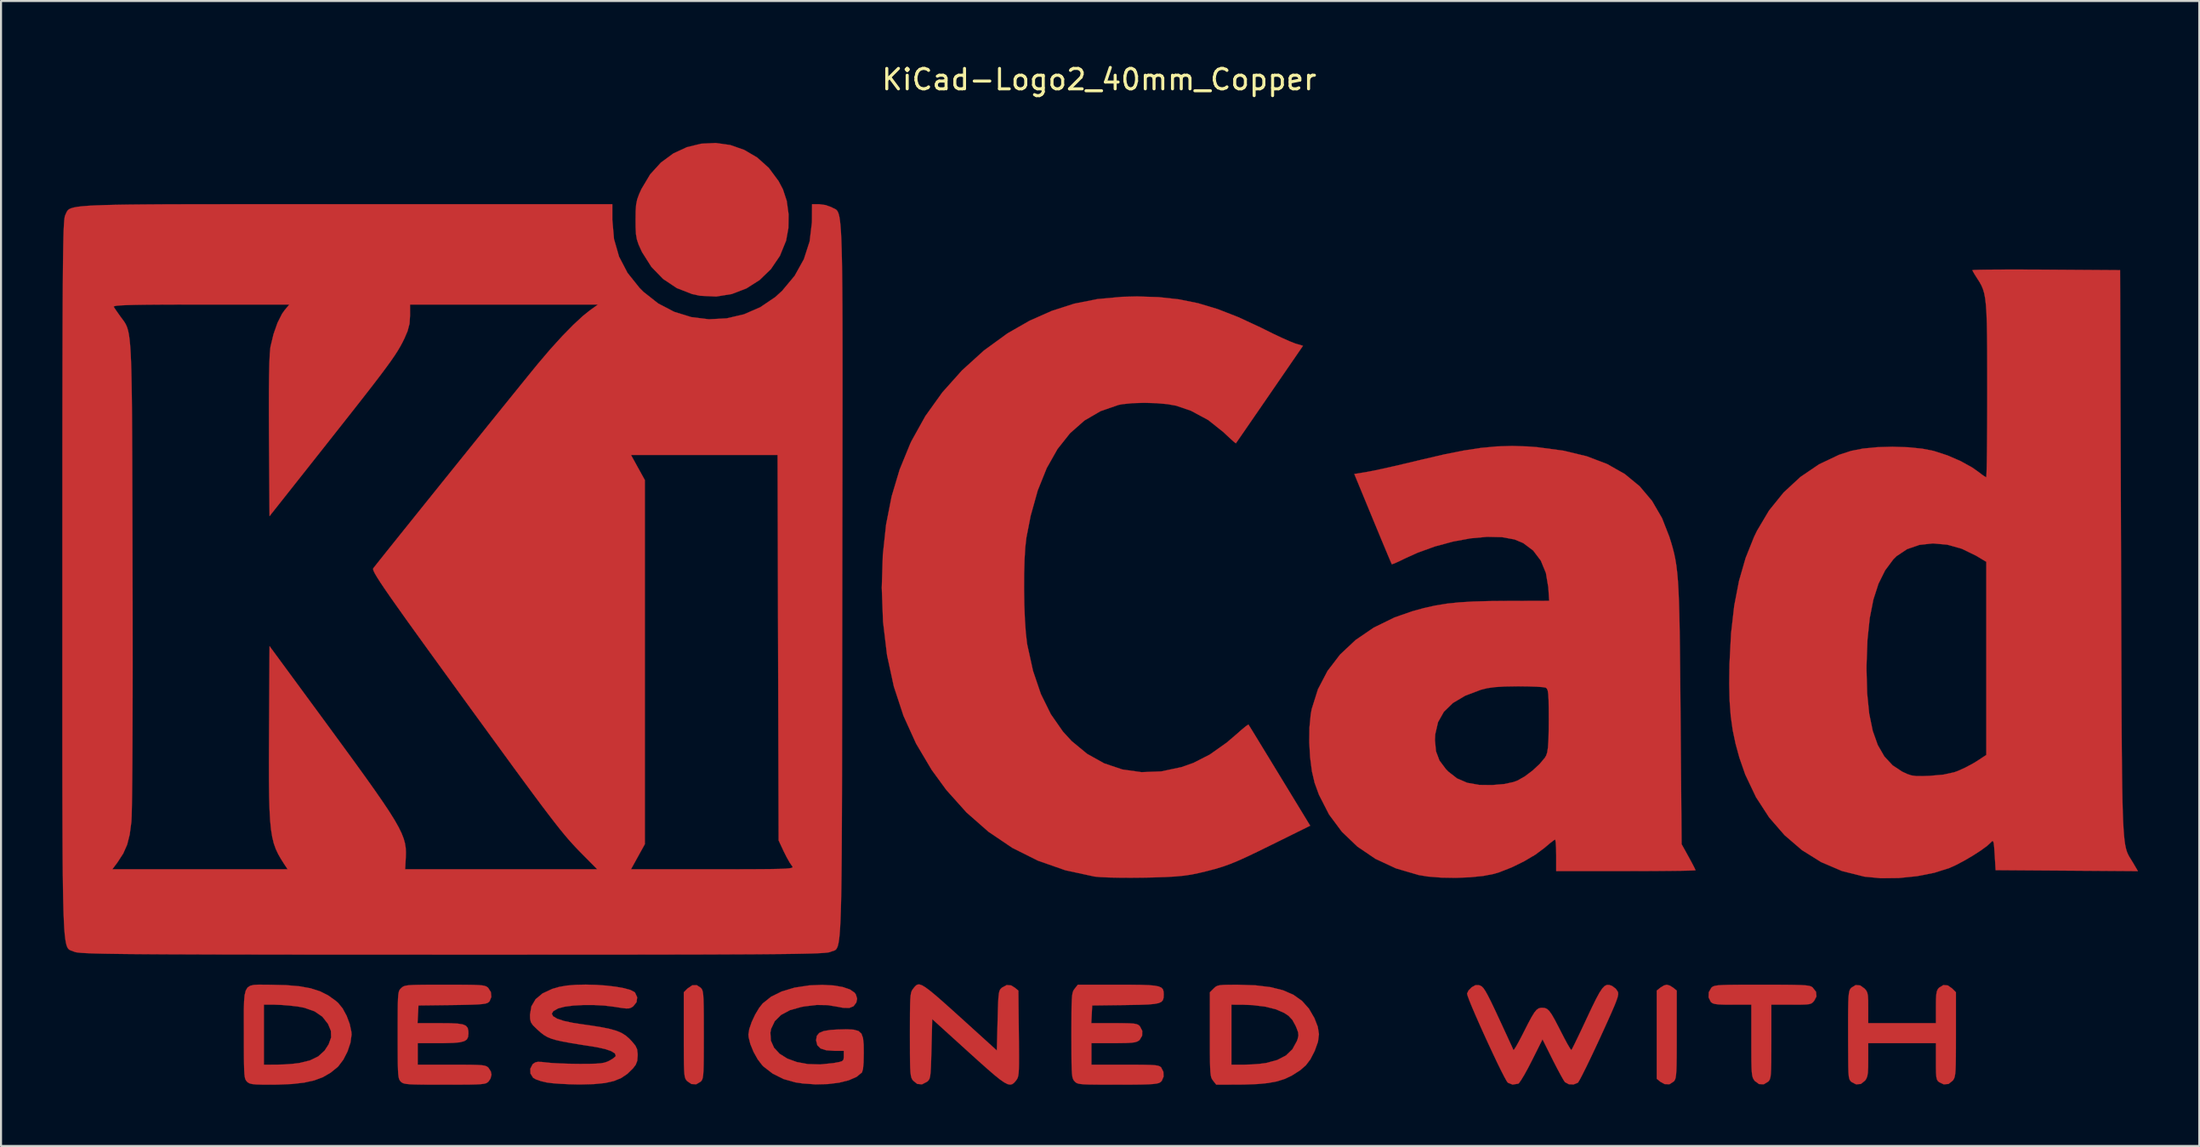
<source format=kicad_pcb>
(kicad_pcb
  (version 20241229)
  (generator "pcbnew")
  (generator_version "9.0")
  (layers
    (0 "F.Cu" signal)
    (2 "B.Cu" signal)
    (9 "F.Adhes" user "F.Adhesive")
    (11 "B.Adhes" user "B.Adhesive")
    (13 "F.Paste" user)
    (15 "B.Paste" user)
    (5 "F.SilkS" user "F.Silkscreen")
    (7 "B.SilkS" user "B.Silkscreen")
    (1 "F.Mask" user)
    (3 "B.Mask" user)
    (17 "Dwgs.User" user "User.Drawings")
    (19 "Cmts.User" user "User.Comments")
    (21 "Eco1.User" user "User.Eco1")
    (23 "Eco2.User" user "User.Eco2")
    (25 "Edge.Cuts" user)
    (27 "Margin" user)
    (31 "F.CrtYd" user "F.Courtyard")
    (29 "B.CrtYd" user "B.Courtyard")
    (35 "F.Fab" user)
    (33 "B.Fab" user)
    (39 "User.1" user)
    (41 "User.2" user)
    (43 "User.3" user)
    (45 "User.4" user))
  (footprint "KiCad-Logo2_40mm_Copper"
    (layer "F.Cu")
    (at 50.806 23.708)
    (property "Reference" "KiCad-Logo2_40mm_Copper" (at 0 -22.86 0) (layer "F.SilkS") (effects (font (size 1 1) (thickness 0.15))))
    (attr board_only exclude_from_pos_files exclude_from_bom allow_missing_courtyard)
    (fp_poly (pts (xy 27.966 21.545) (xy 28.124 21.644) (xy 28.302 21.788) (xy 28.302 23.935) (xy 28.301 24.563) (xy 28.299 25.057) (xy 28.293 25.436) (xy 28.284 25.717) (xy 28.269 25.917) (xy 28.249 26.054) (xy 28.221 26.146) (xy 28.184 26.209) (xy 28.158 26.24) (xy 27.948 26.377) (xy 27.709 26.371) (xy 27.5 26.255) (xy 27.322 26.11) (xy 27.322 21.788) (xy 27.5 21.644) (xy 27.672 21.539) (xy 27.812 21.5) (xy 27.966 21.545)) (stroke (width 0.01) (type solid)) (fill yes) (layer "F.Cu"))
    (fp_poly (pts (xy -19.521 21.65) (xy -19.477 21.701) (xy -19.443 21.766) (xy -19.417 21.863) (xy -19.398 22.01) (xy -19.385 22.225) (xy -19.377 22.523) (xy -19.372 22.924) (xy -19.371 23.444) (xy -19.37 23.949) (xy -19.371 24.576) (xy -19.373 25.069) (xy -19.378 25.447) (xy -19.387 25.726) (xy -19.401 25.924) (xy -19.421 26.059) (xy -19.449 26.148) (xy -19.486 26.209) (xy -19.521 26.248) (xy -19.741 26.379) (xy -19.976 26.368) (xy -20.186 26.224) (xy -20.235 26.168) (xy -20.272 26.103) (xy -20.301 26.012) (xy -20.321 25.875) (xy -20.335 25.675) (xy -20.344 25.395) (xy -20.348 25.016) (xy -20.35 24.521) (xy -20.35 23.96) (xy -20.35 21.87) (xy -20.165 21.685) (xy -19.937 21.529) (xy -19.716 21.523) (xy -19.521 21.65)) (stroke (width 0.01) (type solid)) (fill yes) (layer "F.Cu"))
    (fp_poly (pts (xy -18.076 -19.651) (xy -17.392 -19.413) (xy -16.756 -19.04) (xy -16.187 -18.531) (xy -15.708 -17.886) (xy -15.493 -17.48) (xy -15.306 -16.911) (xy -15.216 -16.254) (xy -15.226 -15.579) (xy -15.337 -14.968) (xy -15.641 -14.22) (xy -16.081 -13.572) (xy -16.635 -13.035) (xy -17.282 -12.624) (xy -17.998 -12.349) (xy -18.761 -12.225) (xy -19.549 -12.263) (xy -19.938 -12.345) (xy -20.695 -12.64) (xy -21.367 -13.089) (xy -21.938 -13.679) (xy -22.393 -14.397) (xy -22.431 -14.475) (xy -22.564 -14.769) (xy -22.647 -15.017) (xy -22.693 -15.278) (xy -22.711 -15.613) (xy -22.714 -15.977) (xy -22.709 -16.415) (xy -22.686 -16.732) (xy -22.634 -16.987) (xy -22.541 -17.243) (xy -22.426 -17.496) (xy -21.998 -18.213) (xy -21.47 -18.793) (xy -20.864 -19.237) (xy -20.201 -19.545) (xy -19.501 -19.716) (xy -18.786 -19.751) (xy -18.076 -19.651)) (stroke (width 0.01) (type solid)) (fill yes) (layer "F.Cu"))
    (fp_poly (pts (xy 33.136 21.5) (xy 33.662 21.503) (xy 34.07 21.508) (xy 34.376 21.517) (xy 34.599 21.53) (xy 34.753 21.549) (xy 34.856 21.574) (xy 34.924 21.607) (xy 34.957 21.631) (xy 35.128 21.849) (xy 35.149 22.074) (xy 35.043 22.279) (xy 34.974 22.361) (xy 34.9 22.417) (xy 34.792 22.452) (xy 34.622 22.47) (xy 34.363 22.478) (xy 33.986 22.479) (xy 33.911 22.479) (xy 32.937 22.479) (xy 32.937 24.288) (xy 32.936 24.858) (xy 32.934 25.297) (xy 32.927 25.624) (xy 32.915 25.857) (xy 32.896 26.017) (xy 32.869 26.123) (xy 32.833 26.194) (xy 32.786 26.248) (xy 32.566 26.38) (xy 32.337 26.37) (xy 32.129 26.219) (xy 32.113 26.2) (xy 32.064 26.129) (xy 32.026 26.046) (xy 31.998 25.931) (xy 31.979 25.764) (xy 31.967 25.524) (xy 31.96 25.192) (xy 31.958 24.747) (xy 31.957 24.24) (xy 31.957 22.479) (xy 31.027 22.479) (xy 30.628 22.477) (xy 30.351 22.466) (xy 30.17 22.444) (xy 30.056 22.407) (xy 29.981 22.351) (xy 29.972 22.342) (xy 29.862 22.12) (xy 29.872 21.869) (xy 29.998 21.65) (xy 30.046 21.608) (xy 30.109 21.574) (xy 30.202 21.548) (xy 30.343 21.529) (xy 30.548 21.516) (xy 30.834 21.507) (xy 31.217 21.502) (xy 31.714 21.5) (xy 32.343 21.5) (xy 32.477 21.5) (xy 33.136 21.5)) (stroke (width 0.01) (type solid)) (fill yes) (layer "F.Cu"))
    (fp_poly (pts (xy 41.587 21.536) (xy 41.797 21.685) (xy 41.982 21.87) (xy 41.982 23.936) (xy 41.981 24.549) (xy 41.979 25.03) (xy 41.973 25.397) (xy 41.964 25.668) (xy 41.948 25.861) (xy 41.926 25.995) (xy 41.896 26.088) (xy 41.856 26.158) (xy 41.825 26.2) (xy 41.62 26.364) (xy 41.385 26.382) (xy 41.169 26.281) (xy 41.098 26.222) (xy 41.051 26.143) (xy 41.022 26.016) (xy 41.007 25.812) (xy 41.002 25.503) (xy 41.002 25.264) (xy 41.002 24.364) (xy 37.685 24.364) (xy 37.685 25.183) (xy 37.682 25.557) (xy 37.668 25.814) (xy 37.639 25.988) (xy 37.589 26.112) (xy 37.529 26.2) (xy 37.323 26.364) (xy 37.09 26.383) (xy 36.866 26.267) (xy 36.805 26.206) (xy 36.762 26.125) (xy 36.734 25.999) (xy 36.717 25.803) (xy 36.708 25.511) (xy 36.704 25.099) (xy 36.704 25.004) (xy 36.7 24.227) (xy 36.699 23.587) (xy 36.699 23.069) (xy 36.703 22.66) (xy 36.709 22.345) (xy 36.72 22.11) (xy 36.736 21.942) (xy 36.758 21.825) (xy 36.785 21.746) (xy 36.819 21.692) (xy 36.856 21.65) (xy 37.069 21.518) (xy 37.291 21.536) (xy 37.5 21.685) (xy 37.585 21.78) (xy 37.639 21.886) (xy 37.669 22.037) (xy 37.683 22.267) (xy 37.685 22.613) (xy 37.685 22.627) (xy 37.685 23.384) (xy 41.002 23.384) (xy 41.002 22.592) (xy 41.005 22.228) (xy 41.019 21.982) (xy 41.048 21.822) (xy 41.097 21.716) (xy 41.153 21.65) (xy 41.365 21.518) (xy 41.587 21.536)) (stroke (width 0.01) (type solid)) (fill yes) (layer "F.Cu"))
    (fp_poly (pts (xy 6.799 21.501) (xy 7.66 21.53) (xy 8.392 21.618) (xy 9.008 21.771) (xy 9.519 21.994) (xy 9.938 22.291) (xy 10.277 22.669) (xy 10.547 23.133) (xy 10.552 23.144) (xy 10.713 23.559) (xy 10.771 23.926) (xy 10.724 24.296) (xy 10.573 24.718) (xy 10.545 24.782) (xy 10.35 25.158) (xy 10.131 25.448) (xy 9.848 25.695) (xy 9.462 25.94) (xy 9.44 25.953) (xy 9.104 26.114) (xy 8.724 26.235) (xy 8.276 26.319) (xy 7.735 26.37) (xy 7.078 26.393) (xy 6.845 26.395) (xy 5.739 26.399) (xy 5.583 26.2) (xy 5.537 26.135) (xy 5.5 26.059) (xy 5.473 25.953) (xy 5.454 25.8) (xy 5.441 25.581) (xy 5.436 25.419) (xy 6.482 25.419) (xy 7.109 25.419) (xy 7.476 25.408) (xy 7.852 25.38) (xy 8.161 25.34) (xy 8.18 25.337) (xy 8.729 25.189) (xy 9.154 24.968) (xy 9.47 24.663) (xy 9.69 24.263) (xy 9.728 24.157) (xy 9.766 23.992) (xy 9.75 23.829) (xy 9.671 23.612) (xy 9.623 23.505) (xy 9.467 23.222) (xy 9.28 23.023) (xy 9.073 22.885) (xy 8.659 22.704) (xy 8.13 22.574) (xy 7.513 22.499) (xy 7.066 22.482) (xy 6.482 22.479) (xy 6.482 25.419) (xy 5.436 25.419) (xy 5.433 25.278) (xy 5.428 24.873) (xy 5.427 24.347) (xy 5.427 23.936) (xy 5.427 21.87) (xy 5.612 21.685) (xy 5.694 21.61) (xy 5.783 21.558) (xy 5.907 21.526) (xy 6.094 21.509) (xy 6.374 21.502) (xy 6.775 21.501) (xy 6.799 21.501)) (stroke (width 0.01) (type solid)) (fill yes) (layer "F.Cu"))
    (fp_poly (pts (xy -40.87 21.5) (xy -40.606 21.502) (xy -39.834 21.521) (xy -39.187 21.576) (xy -38.643 21.674) (xy -38.181 21.821) (xy -37.779 22.022) (xy -37.413 22.284) (xy -37.283 22.397) (xy -37.067 22.663) (xy -36.871 23.024) (xy -36.721 23.424) (xy -36.639 23.807) (xy -36.63 23.949) (xy -36.684 24.342) (xy -36.827 24.771) (xy -37.035 25.177) (xy -37.281 25.501) (xy -37.321 25.54) (xy -37.66 25.814) (xy -38.031 26.029) (xy -38.455 26.188) (xy -38.954 26.299) (xy -39.55 26.367) (xy -40.264 26.396) (xy -40.59 26.399) (xy -41.006 26.397) (xy -41.298 26.388) (xy -41.494 26.37) (xy -41.622 26.338) (xy -41.709 26.29) (xy -41.755 26.248) (xy -41.799 26.197) (xy -41.834 26.132) (xy -41.86 26.035) (xy -41.879 25.888) (xy -41.892 25.674) (xy -41.9 25.375) (xy -41.904 24.974) (xy -41.906 24.454) (xy -41.906 23.949) (xy -41.908 23.275) (xy -41.908 22.737) (xy -41.901 22.479) (xy -40.926 22.479) (xy -40.926 25.419) (xy -40.305 25.418) (xy -39.93 25.408) (xy -39.539 25.38) (xy -39.212 25.341) (xy -39.202 25.34) (xy -38.673 25.212) (xy -38.263 25.013) (xy -37.952 24.73) (xy -37.753 24.423) (xy -37.631 24.083) (xy -37.641 23.764) (xy -37.783 23.422) (xy -38.06 23.067) (xy -38.444 22.805) (xy -38.943 22.63) (xy -39.276 22.568) (xy -39.655 22.524) (xy -40.056 22.492) (xy -40.397 22.479) (xy -40.418 22.479) (xy -40.926 22.479) (xy -41.901 22.479) (xy -41.897 22.319) (xy -41.869 22.007) (xy -41.814 21.785) (xy -41.726 21.638) (xy -41.595 21.551) (xy -41.414 21.509) (xy -41.175 21.497) (xy -40.87 21.5)) (stroke (width 0.01) (type solid)) (fill yes) (layer "F.Cu"))
    (fp_poly (pts (xy -8.68 21.529) (xy -8.523 21.621) (xy -8.317 21.772) (xy -8.052 21.989) (xy -7.718 22.278) (xy -7.303 22.648) (xy -6.797 23.104) (xy -6.218 23.629) (xy -5.012 24.723) (xy -4.974 23.255) (xy -4.961 22.75) (xy -4.948 22.374) (xy -4.932 22.105) (xy -4.911 21.921) (xy -4.882 21.802) (xy -4.842 21.724) (xy -4.788 21.667) (xy -4.759 21.643) (xy -4.528 21.517) (xy -4.309 21.535) (xy -4.135 21.644) (xy -3.957 21.788) (xy -3.935 23.89) (xy -3.929 24.509) (xy -3.926 24.995) (xy -3.927 25.366) (xy -3.933 25.641) (xy -3.945 25.838) (xy -3.965 25.974) (xy -3.993 26.069) (xy -4.031 26.139) (xy -4.072 26.196) (xy -4.162 26.301) (xy -4.252 26.371) (xy -4.354 26.397) (xy -4.48 26.374) (xy -4.643 26.292) (xy -4.856 26.145) (xy -5.13 25.925) (xy -5.478 25.625) (xy -5.914 25.237) (xy -6.407 24.791) (xy -8.178 23.185) (xy -8.215 24.648) (xy -8.229 25.152) (xy -8.242 25.527) (xy -8.258 25.796) (xy -8.279 25.978) (xy -8.308 26.097) (xy -8.349 26.175) (xy -8.403 26.232) (xy -8.431 26.255) (xy -8.678 26.382) (xy -8.911 26.363) (xy -9.114 26.2) (xy -9.161 26.135) (xy -9.197 26.058) (xy -9.224 25.952) (xy -9.244 25.799) (xy -9.257 25.579) (xy -9.265 25.275) (xy -9.269 24.868) (xy -9.27 24.34) (xy -9.271 23.949) (xy -9.27 23.338) (xy -9.268 22.859) (xy -9.262 22.494) (xy -9.253 22.225) (xy -9.237 22.033) (xy -9.215 21.9) (xy -9.184 21.808) (xy -9.144 21.738) (xy -9.114 21.698) (xy -9.039 21.604) (xy -8.969 21.533) (xy -8.892 21.492) (xy -8.8 21.488) (xy -8.68 21.529)) (stroke (width 0.01) (type solid)) (fill yes) (layer "F.Cu"))
    (fp_poly (pts (xy -13.02 21.536) (xy -12.562 21.613) (xy -12.211 21.733) (xy -11.982 21.89) (xy -11.92 21.979) (xy -11.857 22.188) (xy -11.899 22.376) (xy -12.034 22.555) (xy -12.243 22.639) (xy -12.546 22.632) (xy -12.781 22.587) (xy -13.302 22.5) (xy -13.835 22.492) (xy -14.432 22.562) (xy -14.596 22.592) (xy -15.151 22.748) (xy -15.585 22.981) (xy -15.893 23.286) (xy -16.071 23.659) (xy -16.108 23.852) (xy -16.084 24.243) (xy -15.928 24.59) (xy -15.655 24.884) (xy -15.279 25.12) (xy -14.814 25.29) (xy -14.273 25.389) (xy -13.673 25.408) (xy -13.025 25.342) (xy -12.989 25.336) (xy -12.731 25.288) (xy -12.589 25.241) (xy -12.527 25.173) (xy -12.512 25.058) (xy -12.512 24.997) (xy -12.512 24.741) (xy -12.969 24.741) (xy -13.372 24.713) (xy -13.648 24.625) (xy -13.808 24.468) (xy -13.866 24.236) (xy -13.867 24.206) (xy -13.833 24.007) (xy -13.717 23.865) (xy -13.5 23.772) (xy -13.164 23.717) (xy -12.84 23.697) (xy -12.368 23.685) (xy -12.026 23.703) (xy -11.792 23.768) (xy -11.647 23.898) (xy -11.569 24.113) (xy -11.537 24.429) (xy -11.532 24.845) (xy -11.541 25.308) (xy -11.569 25.624) (xy -11.617 25.792) (xy -11.626 25.805) (xy -11.886 26.016) (xy -12.267 26.183) (xy -12.745 26.302) (xy -13.295 26.37) (xy -13.895 26.384) (xy -14.519 26.34) (xy -14.886 26.286) (xy -15.461 26.123) (xy -15.996 25.857) (xy -16.444 25.511) (xy -16.512 25.442) (xy -16.733 25.151) (xy -16.933 24.791) (xy -17.088 24.414) (xy -17.174 24.071) (xy -17.185 23.94) (xy -17.14 23.665) (xy -17.022 23.323) (xy -16.854 22.964) (xy -16.657 22.635) (xy -16.483 22.416) (xy -16.076 22.09) (xy -15.549 21.83) (xy -14.923 21.643) (xy -14.215 21.534) (xy -13.567 21.507) (xy -13.02 21.536)) (stroke (width 0.01) (type solid)) (fill yes) (layer "F.Cu"))
    (fp_poly (pts (xy 1.538 21.501) (xy 2.048 21.507) (xy 2.438 21.521) (xy 2.726 21.547) (xy 2.926 21.588) (xy 3.054 21.647) (xy 3.126 21.727) (xy 3.158 21.833) (xy 3.166 21.966) (xy 3.166 21.982) (xy 3.159 22.133) (xy 3.127 22.25) (xy 3.053 22.338) (xy 2.92 22.4) (xy 2.71 22.442) (xy 2.405 22.469) (xy 1.989 22.485) (xy 1.444 22.494) (xy 1.277 22.497) (xy -0.339 22.517) (xy -0.362 22.95) (xy -0.384 23.384) (xy 0.738 23.384) (xy 1.177 23.385) (xy 1.49 23.392) (xy 1.703 23.407) (xy 1.841 23.434) (xy 1.93 23.474) (xy 1.995 23.532) (xy 1.995 23.532) (xy 2.112 23.757) (xy 2.108 23.999) (xy 1.985 24.206) (xy 1.961 24.227) (xy 1.874 24.282) (xy 1.756 24.32) (xy 1.579 24.344) (xy 1.318 24.358) (xy 0.946 24.363) (xy 0.708 24.364) (xy -0.377 24.364) (xy -0.377 25.419) (xy 1.27 25.419) (xy 1.813 25.42) (xy 2.226 25.424) (xy 2.528 25.432) (xy 2.739 25.446) (xy 2.879 25.468) (xy 2.968 25.5) (xy 3.026 25.541) (xy 3.041 25.557) (xy 3.149 25.767) (xy 3.157 26.007) (xy 3.068 26.215) (xy 2.998 26.281) (xy 2.925 26.318) (xy 2.812 26.346) (xy 2.641 26.368) (xy 2.395 26.382) (xy 2.055 26.392) (xy 1.603 26.397) (xy 1.022 26.399) (xy 0.891 26.399) (xy 0.3 26.398) (xy -0.159 26.396) (xy -0.504 26.391) (xy -0.753 26.381) (xy -0.927 26.365) (xy -1.042 26.341) (xy -1.118 26.308) (xy -1.173 26.265) (xy -1.203 26.234) (xy -1.248 26.179) (xy -1.284 26.11) (xy -1.311 26.011) (xy -1.33 25.863) (xy -1.343 25.648) (xy -1.351 25.348) (xy -1.355 24.946) (xy -1.356 24.423) (xy -1.357 23.983) (xy -1.356 23.366) (xy -1.354 22.882) (xy -1.349 22.512) (xy -1.339 22.239) (xy -1.324 22.043) (xy -1.302 21.907) (xy -1.273 21.813) (xy -1.234 21.743) (xy -1.2 21.698) (xy -1.044 21.5) (xy 0.893 21.5) (xy 1.538 21.501)) (stroke (width 0.01) (type solid)) (fill yes) (layer "F.Cu"))
    (fp_poly (pts (xy -31.465 21.5) (xy -31.002 21.503) (xy -30.652 21.508) (xy -30.397 21.519) (xy -30.219 21.535) (xy -30.099 21.559) (xy -30.018 21.591) (xy -29.958 21.634) (xy -29.936 21.653) (xy -29.804 21.861) (xy -29.781 22.099) (xy -29.868 22.31) (xy -29.908 22.353) (xy -29.973 22.395) (xy -30.077 22.427) (xy -30.241 22.451) (xy -30.483 22.468) (xy -30.823 22.481) (xy -31.28 22.491) (xy -31.698 22.497) (xy -33.352 22.517) (xy -33.374 22.95) (xy -33.397 23.384) (xy -32.274 23.384) (xy -31.787 23.388) (xy -31.43 23.406) (xy -31.184 23.444) (xy -31.028 23.511) (xy -30.942 23.613) (xy -30.907 23.759) (xy -30.902 23.894) (xy -30.919 24.06) (xy -30.981 24.182) (xy -31.109 24.267) (xy -31.321 24.322) (xy -31.636 24.351) (xy -32.074 24.363) (xy -32.313 24.364) (xy -33.389 24.364) (xy -33.389 25.419) (xy -31.731 25.419) (xy -31.188 25.42) (xy -30.775 25.423) (xy -30.472 25.431) (xy -30.259 25.444) (xy -30.115 25.466) (xy -30.021 25.497) (xy -29.955 25.539) (xy -29.922 25.57) (xy -29.808 25.749) (xy -29.772 25.909) (xy -29.824 26.104) (xy -29.922 26.248) (xy -29.975 26.293) (xy -30.042 26.329) (xy -30.144 26.355) (xy -30.296 26.374) (xy -30.519 26.386) (xy -30.83 26.394) (xy -31.247 26.397) (xy -31.789 26.399) (xy -32.07 26.399) (xy -32.672 26.398) (xy -33.142 26.396) (xy -33.497 26.39) (xy -33.756 26.38) (xy -33.938 26.364) (xy -34.059 26.341) (xy -34.139 26.31) (xy -34.196 26.269) (xy -34.218 26.248) (xy -34.262 26.197) (xy -34.297 26.132) (xy -34.323 26.034) (xy -34.342 25.887) (xy -34.355 25.672) (xy -34.363 25.372) (xy -34.367 24.97) (xy -34.369 24.448) (xy -34.369 23.962) (xy -34.369 23.34) (xy -34.367 22.851) (xy -34.363 22.477) (xy -34.355 22.201) (xy -34.341 22.006) (xy -34.321 21.873) (xy -34.293 21.785) (xy -34.255 21.725) (xy -34.207 21.675) (xy -34.195 21.663) (xy -34.137 21.614) (xy -34.07 21.575) (xy -33.974 21.547) (xy -33.833 21.526) (xy -33.626 21.513) (xy -33.335 21.505) (xy -32.941 21.501) (xy -32.426 21.5) (xy -32.061 21.5) (xy -31.465 21.5)) (stroke (width 0.01) (type solid)) (fill yes) (layer "F.Cu"))
    (fp_poly (pts (xy 25.001 21.513) (xy 25.132 21.559) (xy 25.137 21.562) (xy 25.315 21.697) (xy 25.413 21.837) (xy 25.432 21.902) (xy 25.431 21.989) (xy 25.404 22.113) (xy 25.345 22.289) (xy 25.249 22.532) (xy 25.108 22.859) (xy 24.918 23.284) (xy 24.673 23.823) (xy 24.538 24.118) (xy 24.293 24.644) (xy 24.064 25.127) (xy 23.859 25.551) (xy 23.686 25.897) (xy 23.554 26.148) (xy 23.472 26.285) (xy 23.456 26.304) (xy 23.249 26.388) (xy 23.015 26.377) (xy 22.827 26.275) (xy 22.82 26.267) (xy 22.745 26.154) (xy 22.62 25.933) (xy 22.459 25.634) (xy 22.279 25.285) (xy 22.214 25.156) (xy 21.726 24.177) (xy 21.193 25.241) (xy 21.003 25.608) (xy 20.827 25.927) (xy 20.678 26.172) (xy 20.573 26.32) (xy 20.537 26.351) (xy 20.258 26.394) (xy 20.029 26.304) (xy 19.961 26.209) (xy 19.844 25.997) (xy 19.687 25.689) (xy 19.5 25.307) (xy 19.293 24.87) (xy 19.074 24.4) (xy 18.853 23.918) (xy 18.64 23.444) (xy 18.445 23) (xy 18.276 22.606) (xy 18.144 22.283) (xy 18.059 22.053) (xy 18.028 21.935) (xy 18.029 21.931) (xy 18.102 21.782) (xy 18.25 21.631) (xy 18.258 21.624) (xy 18.44 21.522) (xy 18.607 21.523) (xy 18.67 21.542) (xy 18.747 21.584) (xy 18.828 21.666) (xy 18.924 21.806) (xy 19.044 22.02) (xy 19.198 22.325) (xy 19.396 22.739) (xy 19.574 23.121) (xy 19.779 23.564) (xy 19.963 23.962) (xy 20.116 24.295) (xy 20.229 24.541) (xy 20.291 24.681) (xy 20.3 24.703) (xy 20.341 24.667) (xy 20.436 24.518) (xy 20.571 24.276) (xy 20.734 23.965) (xy 20.799 23.836) (xy 21.019 23.402) (xy 21.189 23.086) (xy 21.322 22.869) (xy 21.433 22.734) (xy 21.535 22.661) (xy 21.643 22.633) (xy 21.713 22.63) (xy 21.837 22.641) (xy 21.945 22.686) (xy 22.053 22.785) (xy 22.175 22.955) (xy 22.325 23.215) (xy 22.518 23.585) (xy 22.625 23.795) (xy 22.798 24.13) (xy 22.948 24.408) (xy 23.064 24.605) (xy 23.131 24.698) (xy 23.14 24.702) (xy 23.183 24.629) (xy 23.279 24.439) (xy 23.419 24.151) (xy 23.594 23.787) (xy 23.792 23.365) (xy 23.89 23.155) (xy 24.144 22.615) (xy 24.349 22.199) (xy 24.515 21.893) (xy 24.652 21.686) (xy 24.772 21.562) (xy 24.885 21.509) (xy 25.001 21.513)) (stroke (width 0.01) (type solid)) (fill yes) (layer "F.Cu"))
    (fp_poly (pts (xy -24.648 21.508) (xy -24.148 21.543) (xy -23.684 21.598) (xy -23.281 21.67) (xy -22.967 21.757) (xy -22.77 21.858) (xy -22.739 21.888) (xy -22.634 22.119) (xy -22.666 22.356) (xy -22.83 22.559) (xy -22.837 22.565) (xy -22.934 22.627) (xy -23.034 22.66) (xy -23.174 22.664) (xy -23.39 22.64) (xy -23.716 22.588) (xy -23.742 22.584) (xy -24.227 22.524) (xy -24.751 22.495) (xy -25.277 22.495) (xy -25.767 22.522) (xy -26.186 22.577) (xy -26.495 22.658) (xy -26.515 22.666) (xy -26.74 22.792) (xy -26.819 22.919) (xy -26.757 23.044) (xy -26.56 23.164) (xy -26.232 23.274) (xy -25.778 23.371) (xy -25.475 23.418) (xy -24.847 23.508) (xy -24.346 23.59) (xy -23.954 23.672) (xy -23.647 23.76) (xy -23.405 23.862) (xy -23.207 23.985) (xy -23.03 24.135) (xy -22.889 24.283) (xy -22.721 24.489) (xy -22.638 24.666) (xy -22.612 24.884) (xy -22.611 24.964) (xy -22.631 25.229) (xy -22.708 25.427) (xy -22.843 25.602) (xy -23.116 25.869) (xy -23.42 26.074) (xy -23.779 26.221) (xy -24.214 26.318) (xy -24.748 26.371) (xy -25.405 26.388) (xy -25.513 26.388) (xy -25.951 26.378) (xy -26.385 26.358) (xy -26.768 26.329) (xy -27.053 26.294) (xy -27.076 26.29) (xy -27.359 26.223) (xy -27.599 26.138) (xy -27.735 26.06) (xy -27.862 25.856) (xy -27.871 25.618) (xy -27.762 25.406) (xy -27.737 25.382) (xy -27.636 25.311) (xy -27.51 25.28) (xy -27.315 25.285) (xy -27.078 25.312) (xy -26.813 25.337) (xy -26.441 25.357) (xy -26.008 25.372) (xy -25.556 25.379) (xy -25.438 25.38) (xy -24.985 25.378) (xy -24.653 25.369) (xy -24.414 25.35) (xy -24.237 25.318) (xy -24.095 25.27) (xy -24.01 25.23) (xy -23.822 25.119) (xy -23.702 25.019) (xy -23.685 24.99) (xy -23.722 24.873) (xy -23.897 24.759) (xy -24.199 24.654) (xy -24.615 24.563) (xy -24.738 24.542) (xy -25.378 24.442) (xy -25.889 24.358) (xy -26.291 24.284) (xy -26.602 24.215) (xy -26.844 24.143) (xy -27.035 24.064) (xy -27.196 23.971) (xy -27.345 23.858) (xy -27.503 23.718) (xy -27.557 23.669) (xy -27.743 23.487) (xy -27.842 23.342) (xy -27.881 23.176) (xy -27.887 22.968) (xy -27.818 22.559) (xy -27.613 22.211) (xy -27.271 21.926) (xy -26.795 21.705) (xy -26.455 21.606) (xy -26.086 21.542) (xy -25.644 21.505) (xy -25.155 21.495) (xy -24.648 21.508)) (stroke (width 0.01) (type solid)) (fill yes) (layer "F.Cu"))
    (fp_poly (pts (xy 2.917 -12.197) (xy 3.899 -12.09) (xy 4.85 -11.898) (xy 5.809 -11.61) (xy 6.815 -11.218) (xy 7.907 -10.711) (xy 8.103 -10.613) (xy 8.554 -10.39) (xy 8.98 -10.19) (xy 9.338 -10.031) (xy 9.586 -9.933) (xy 9.624 -9.92) (xy 9.989 -9.811) (xy 8.354 -7.432) (xy 7.954 -6.85) (xy 7.588 -6.319) (xy 7.27 -5.856) (xy 7.01 -5.479) (xy 6.822 -5.207) (xy 6.718 -5.057) (xy 6.701 -5.033) (xy 6.632 -5.083) (xy 6.463 -5.232) (xy 6.223 -5.454) (xy 6.091 -5.58) (xy 5.343 -6.175) (xy 4.502 -6.627) (xy 3.778 -6.875) (xy 3.343 -6.953) (xy 2.799 -7) (xy 2.209 -7.016) (xy 1.638 -7) (xy 1.148 -6.951) (xy 0.953 -6.914) (xy 0.074 -6.611) (xy -0.719 -6.149) (xy -1.424 -5.528) (xy -2.041 -4.75) (xy -2.569 -3.815) (xy -3.008 -2.723) (xy -3.356 -1.477) (xy -3.564 -0.41) (xy -3.618 0.061) (xy -3.655 0.67) (xy -3.675 1.372) (xy -3.678 2.125) (xy -3.666 2.883) (xy -3.637 3.605) (xy -3.593 4.245) (xy -3.534 4.76) (xy -3.521 4.839) (xy -3.239 6.12) (xy -2.855 7.253) (xy -2.366 8.244) (xy -1.771 9.098) (xy -1.348 9.559) (xy -0.588 10.186) (xy 0.245 10.651) (xy 1.138 10.951) (xy 2.076 11.083) (xy 3.045 11.046) (xy 4.031 10.837) (xy 4.614 10.632) (xy 5.422 10.221) (xy 6.253 9.633) (xy 6.719 9.235) (xy 6.981 9.004) (xy 7.187 8.835) (xy 7.304 8.754) (xy 7.318 8.751) (xy 7.37 8.835) (xy 7.506 9.054) (xy 7.713 9.392) (xy 7.979 9.829) (xy 8.295 10.346) (xy 8.647 10.924) (xy 8.843 11.246) (xy 10.342 13.707) (xy 8.471 14.632) (xy 7.795 14.964) (xy 7.247 15.226) (xy 6.794 15.43) (xy 6.402 15.591) (xy 6.039 15.72) (xy 5.67 15.831) (xy 5.262 15.937) (xy 4.871 16.03) (xy 4.523 16.102) (xy 4.159 16.156) (xy 3.744 16.196) (xy 3.239 16.224) (xy 2.609 16.244) (xy 2.185 16.252) (xy 1.579 16.258) (xy 0.999 16.255) (xy 0.481 16.245) (xy 0.066 16.227) (xy -0.209 16.202) (xy -0.226 16.2) (xy -1.656 15.891) (xy -2.999 15.421) (xy -4.254 14.793) (xy -5.421 14.005) (xy -6.499 13.058) (xy -7.489 11.953) (xy -8.206 10.97) (xy -8.969 9.684) (xy -9.585 8.326) (xy -10.059 6.885) (xy -10.392 5.35) (xy -10.588 3.711) (xy -10.65 2.046) (xy -10.599 0.435) (xy -10.439 -1.051) (xy -10.166 -2.437) (xy -9.774 -3.749) (xy -9.257 -5.012) (xy -9.196 -5.142) (xy -8.516 -6.365) (xy -7.682 -7.529) (xy -6.716 -8.609) (xy -5.643 -9.582) (xy -4.485 -10.424) (xy -3.407 -11.041) (xy -2.317 -11.524) (xy -1.225 -11.875) (xy -0.089 -12.101) (xy 1.135 -12.213) (xy 1.866 -12.23) (xy 2.917 -12.197)) (stroke (width 0.01) (type solid)) (fill yes) (layer "F.Cu"))
    (fp_poly (pts (xy 45.37 -13.548) (xy 46.144 -13.545) (xy 46.407 -13.543) (xy 50.026 -13.519) (xy 50.072 0.364) (xy 50.078 2.247) (xy 50.083 3.956) (xy 50.088 5.501) (xy 50.093 6.891) (xy 50.098 8.133) (xy 50.104 9.238) (xy 50.111 10.214) (xy 50.12 11.07) (xy 50.13 11.814) (xy 50.142 12.456) (xy 50.157 13.005) (xy 50.174 13.468) (xy 50.195 13.855) (xy 50.219 14.176) (xy 50.246 14.438) (xy 50.278 14.651) (xy 50.314 14.823) (xy 50.355 14.963) (xy 50.401 15.08) (xy 50.453 15.184) (xy 50.511 15.282) (xy 50.574 15.384) (xy 50.644 15.498) (xy 50.659 15.522) (xy 50.9 15.934) (xy 43.927 15.886) (xy 43.881 15.12) (xy 43.856 14.753) (xy 43.83 14.54) (xy 43.795 14.456) (xy 43.743 14.473) (xy 43.699 14.522) (xy 43.507 14.699) (xy 43.195 14.926) (xy 42.806 15.177) (xy 42.384 15.424) (xy 41.974 15.64) (xy 41.659 15.782) (xy 40.921 16.015) (xy 40.074 16.181) (xy 39.181 16.272) (xy 38.304 16.282) (xy 37.506 16.205) (xy 37.493 16.203) (xy 36.401 15.929) (xy 35.379 15.492) (xy 34.436 14.903) (xy 33.583 14.169) (xy 32.829 13.301) (xy 32.185 12.308) (xy 31.659 11.2) (xy 31.373 10.378) (xy 31.185 9.691) (xy 31.045 9.026) (xy 30.949 8.342) (xy 30.894 7.599) (xy 30.875 6.757) (xy 30.883 6.069) (xy 37.601 6.069) (xy 37.633 7.222) (xy 37.733 8.215) (xy 37.905 9.055) (xy 38.152 9.752) (xy 38.476 10.314) (xy 38.881 10.75) (xy 39.348 11.058) (xy 39.592 11.173) (xy 39.803 11.242) (xy 40.038 11.274) (xy 40.354 11.276) (xy 40.695 11.264) (xy 41.364 11.205) (xy 41.894 11.089) (xy 42.06 11.031) (xy 42.44 10.86) (xy 42.841 10.645) (xy 43.016 10.538) (xy 43.471 10.239) (xy 43.471 0.776) (xy 42.971 0.476) (xy 42.272 0.136) (xy 41.559 -0.064) (xy 40.856 -0.127) (xy 40.191 -0.054) (xy 39.589 0.154) (xy 39.075 0.496) (xy 38.91 0.66) (xy 38.511 1.197) (xy 38.188 1.848) (xy 37.938 2.623) (xy 37.759 3.534) (xy 37.648 4.591) (xy 37.603 5.807) (xy 37.601 6.069) (xy 30.883 6.069) (xy 30.887 5.783) (xy 30.964 4.284) (xy 31.118 2.932) (xy 31.354 1.708) (xy 31.676 0.59) (xy 32.087 -0.439) (xy 32.234 -0.744) (xy 32.825 -1.739) (xy 33.54 -2.623) (xy 34.361 -3.383) (xy 35.272 -4.002) (xy 36.255 -4.469) (xy 36.845 -4.661) (xy 37.424 -4.775) (xy 38.121 -4.843) (xy 38.877 -4.865) (xy 39.634 -4.84) (xy 40.333 -4.77) (xy 40.895 -4.659) (xy 41.563 -4.442) (xy 42.211 -4.162) (xy 42.777 -3.849) (xy 43.079 -3.636) (xy 43.287 -3.478) (xy 43.433 -3.382) (xy 43.466 -3.368) (xy 43.476 -3.457) (xy 43.486 -3.709) (xy 43.495 -4.108) (xy 43.502 -4.635) (xy 43.508 -5.273) (xy 43.513 -6.005) (xy 43.516 -6.811) (xy 43.517 -7.633) (xy 43.516 -8.685) (xy 43.514 -9.572) (xy 43.507 -10.311) (xy 43.496 -10.919) (xy 43.478 -11.413) (xy 43.452 -11.809) (xy 43.416 -12.125) (xy 43.369 -12.378) (xy 43.308 -12.584) (xy 43.234 -12.762) (xy 43.144 -12.926) (xy 43.036 -13.096) (xy 43.022 -13.117) (xy 42.884 -13.336) (xy 42.8 -13.487) (xy 42.789 -13.518) (xy 42.876 -13.528) (xy 43.127 -13.537) (xy 43.521 -13.543) (xy 44.039 -13.547) (xy 44.662 -13.549) (xy 45.37 -13.548)) (stroke (width 0.01) (type solid)) (fill yes) (layer "F.Cu"))
    (fp_poly (pts (xy 21.003 -4.879) (xy 21.454 -4.845) (xy 22.745 -4.673) (xy 23.888 -4.399) (xy 24.889 -4.019) (xy 25.753 -3.53) (xy 26.486 -2.927) (xy 27.094 -2.207) (xy 27.583 -1.365) (xy 27.939 -0.455) (xy 28.03 -0.165) (xy 28.109 0.107) (xy 28.177 0.375) (xy 28.235 0.654) (xy 28.284 0.958) (xy 28.325 1.303) (xy 28.36 1.702) (xy 28.388 2.171) (xy 28.411 2.723) (xy 28.43 3.374) (xy 28.445 4.139) (xy 28.458 5.031) (xy 28.469 6.066) (xy 28.48 7.259) (xy 28.488 8.194) (xy 28.541 14.612) (xy 28.882 15.229) (xy 29.044 15.527) (xy 29.164 15.758) (xy 29.222 15.881) (xy 29.224 15.89) (xy 29.136 15.899) (xy 28.886 15.908) (xy 28.494 15.916) (xy 27.979 15.922) (xy 27.362 15.927) (xy 26.663 15.931) (xy 25.901 15.932) (xy 25.81 15.932) (xy 22.396 15.932) (xy 22.396 15.158) (xy 22.39 14.808) (xy 22.374 14.541) (xy 22.352 14.398) (xy 22.342 14.384) (xy 22.252 14.44) (xy 22.066 14.586) (xy 21.824 14.791) (xy 21.819 14.795) (xy 21.378 15.124) (xy 20.82 15.454) (xy 20.21 15.752) (xy 19.61 15.988) (xy 19.346 16.068) (xy 18.82 16.17) (xy 18.175 16.235) (xy 17.469 16.263) (xy 16.762 16.251) (xy 16.113 16.2) (xy 15.659 16.126) (xy 14.545 15.799) (xy 13.542 15.333) (xy 12.657 14.733) (xy 11.896 14.006) (xy 11.265 13.158) (xy 10.772 12.193) (xy 10.559 11.608) (xy 10.426 11.039) (xy 10.338 10.356) (xy 10.297 9.622) (xy 10.298 9.515) (xy 16.455 9.515) (xy 16.506 10.06) (xy 16.676 10.513) (xy 16.991 10.934) (xy 17.111 11.057) (xy 17.54 11.391) (xy 18.036 11.604) (xy 18.63 11.708) (xy 19.256 11.715) (xy 19.849 11.665) (xy 20.304 11.567) (xy 20.501 11.493) (xy 20.857 11.292) (xy 21.233 11.009) (xy 21.577 10.691) (xy 21.834 10.386) (xy 21.902 10.274) (xy 21.955 10.117) (xy 21.993 9.868) (xy 22.017 9.502) (xy 22.029 8.996) (xy 22.032 8.514) (xy 22.03 7.952) (xy 22.023 7.546) (xy 22.008 7.269) (xy 21.983 7.094) (xy 21.944 6.996) (xy 21.889 6.947) (xy 21.872 6.939) (xy 21.725 6.915) (xy 21.435 6.895) (xy 21.042 6.882) (xy 20.583 6.876) (xy 20.484 6.876) (xy 19.871 6.886) (xy 19.398 6.915) (xy 19.022 6.967) (xy 18.711 7.044) (xy 17.941 7.335) (xy 17.337 7.693) (xy 16.893 8.124) (xy 16.606 8.633) (xy 16.469 9.227) (xy 16.455 9.515) (xy 10.298 9.515) (xy 10.306 8.899) (xy 10.368 8.252) (xy 10.416 7.991) (xy 10.722 7.02) (xy 11.189 6.127) (xy 11.806 5.32) (xy 12.565 4.607) (xy 13.458 3.998) (xy 14.475 3.501) (xy 15.34 3.199) (xy 15.918 3.04) (xy 16.471 2.917) (xy 17.034 2.825) (xy 17.644 2.761) (xy 18.337 2.72) (xy 19.147 2.698) (xy 19.88 2.692) (xy 22.052 2.686) (xy 22.01 2.033) (xy 21.892 1.324) (xy 21.641 0.715) (xy 21.267 0.221) (xy 20.781 -0.143) (xy 20.354 -0.321) (xy 19.741 -0.433) (xy 19.011 -0.449) (xy 18.199 -0.375) (xy 17.339 -0.217) (xy 16.465 0.019) (xy 15.61 0.327) (xy 14.989 0.609) (xy 14.691 0.754) (xy 14.463 0.855) (xy 14.347 0.895) (xy 14.341 0.893) (xy 14.301 0.805) (xy 14.201 0.571) (xy 14.051 0.213) (xy 13.859 -0.246) (xy 13.636 -0.784) (xy 13.409 -1.332) (xy 12.503 -3.529) (xy 13.148 -3.635) (xy 13.427 -3.688) (xy 13.847 -3.777) (xy 14.372 -3.894) (xy 14.965 -4.032) (xy 15.592 -4.181) (xy 15.841 -4.241) (xy 16.919 -4.491) (xy 17.864 -4.679) (xy 18.709 -4.808) (xy 19.491 -4.881) (xy 20.243 -4.904) (xy 21.003 -4.879)) (stroke (width 0.01) (type solid)) (fill yes) (layer "F.Cu"))
    (fp_poly (pts (xy -39.491 -16.752) (xy -37.737 -16.751) (xy -36.921 -16.751) (xy -23.852 -16.751) (xy -23.852 -15.981) (xy -23.77 -15.043) (xy -23.522 -14.179) (xy -23.106 -13.382) (xy -22.519 -12.648) (xy -22.32 -12.449) (xy -21.606 -11.887) (xy -20.819 -11.476) (xy -19.982 -11.218) (xy -19.118 -11.112) (xy -18.251 -11.157) (xy -17.405 -11.354) (xy -16.602 -11.703) (xy -15.866 -12.202) (xy -15.535 -12.503) (xy -14.919 -13.242) (xy -14.468 -14.054) (xy -14.184 -14.931) (xy -14.073 -15.863) (xy -14.071 -15.955) (xy -14.066 -16.751) (xy -13.715 -16.751) (xy -13.405 -16.709) (xy -13.121 -16.607) (xy -13.102 -16.596) (xy -13.038 -16.563) (xy -12.98 -16.537) (xy -12.926 -16.511) (xy -12.877 -16.477) (xy -12.832 -16.428) (xy -12.792 -16.356) (xy -12.756 -16.254) (xy -12.724 -16.114) (xy -12.696 -15.928) (xy -12.672 -15.689) (xy -12.65 -15.39) (xy -12.632 -15.023) (xy -12.617 -14.58) (xy -12.604 -14.054) (xy -12.594 -13.438) (xy -12.586 -12.723) (xy -12.58 -11.902) (xy -12.576 -10.968) (xy -12.574 -9.913) (xy -12.573 -8.73) (xy -12.573 -7.411) (xy -12.575 -5.948) (xy -12.577 -4.335) (xy -12.579 -2.562) (xy -12.582 -0.624) (xy -12.585 1.488) (xy -12.585 1.745) (xy -12.588 3.871) (xy -12.59 5.822) (xy -12.592 7.606) (xy -12.595 9.23) (xy -12.597 10.703) (xy -12.6 12.031) (xy -12.604 13.223) (xy -12.609 14.285) (xy -12.615 15.225) (xy -12.623 16.051) (xy -12.632 16.77) (xy -12.644 17.391) (xy -12.658 17.919) (xy -12.674 18.364) (xy -12.693 18.732) (xy -12.715 19.031) (xy -12.74 19.268) (xy -12.769 19.452) (xy -12.801 19.589) (xy -12.838 19.688) (xy -12.878 19.755) (xy -12.923 19.798) (xy -12.973 19.825) (xy -13.027 19.844) (xy -13.087 19.861) (xy -13.152 19.885) (xy -13.168 19.892) (xy -13.218 19.908) (xy -13.302 19.923) (xy -13.426 19.937) (xy -13.599 19.949) (xy -13.828 19.961) (xy -14.12 19.971) (xy -14.481 19.98) (xy -14.921 19.988) (xy -15.445 19.995) (xy -16.061 20.001) (xy -16.777 20.007) (xy -17.599 20.011) (xy -18.536 20.015) (xy -19.594 20.019) (xy -20.78 20.021) (xy -22.103 20.023) (xy -23.569 20.025) (xy -25.185 20.026) (xy -26.96 20.026) (xy -28.899 20.027) (xy -31.011 20.027) (xy -31.695 20.027) (xy -33.854 20.026) (xy -35.839 20.026) (xy -37.656 20.025) (xy -39.313 20.024) (xy -40.818 20.022) (xy -42.177 20.02) (xy -43.399 20.018) (xy -44.491 20.014) (xy -45.459 20.011) (xy -46.312 20.006) (xy -47.057 20.001) (xy -47.701 19.995) (xy -48.252 19.988) (xy -48.717 19.981) (xy -49.103 19.972) (xy -49.419 19.962) (xy -49.67 19.951) (xy -49.865 19.94) (xy -50.011 19.926) (xy -50.116 19.912) (xy -50.186 19.896) (xy -50.225 19.882) (xy -50.293 19.853) (xy -50.355 19.832) (xy -50.413 19.811) (xy -50.465 19.782) (xy -50.512 19.738) (xy -50.555 19.672) (xy -50.593 19.576) (xy -50.627 19.442) (xy -50.657 19.262) (xy -50.684 19.031) (xy -50.707 18.739) (xy -50.726 18.379) (xy -50.743 17.944) (xy -50.757 17.426) (xy -50.769 16.818) (xy -50.778 16.112) (xy -50.781 15.841) (xy -48.351 15.841) (xy -39.763 15.841) (xy -39.929 15.591) (xy -40.093 15.333) (xy -40.232 15.088) (xy -40.348 14.838) (xy -40.443 14.567) (xy -40.518 14.255) (xy -40.577 13.888) (xy -40.62 13.447) (xy -40.649 12.916) (xy -40.668 12.277) (xy -40.677 11.513) (xy -40.679 10.607) (xy -40.675 9.542) (xy -40.673 9.146) (xy -40.649 4.907) (xy -37.963 8.563) (xy -37.203 9.601) (xy -36.543 10.504) (xy -35.979 11.285) (xy -35.502 11.956) (xy -35.105 12.529) (xy -34.781 13.015) (xy -34.523 13.428) (xy -34.325 13.778) (xy -34.178 14.078) (xy -34.076 14.34) (xy -34.011 14.575) (xy -33.977 14.796) (xy -33.967 15.014) (xy -33.972 15.242) (xy -33.974 15.271) (xy -34.003 15.841) (xy -29.297 15.841) (xy -24.592 15.841) (xy -25.292 15.135) (xy -25.482 14.942) (xy -25.662 14.754) (xy -25.84 14.561) (xy -26.025 14.353) (xy -26.223 14.118) (xy -26.443 13.848) (xy -26.693 13.53) (xy -26.981 13.156) (xy -27.315 12.715) (xy -27.702 12.195) (xy -28.15 11.588) (xy -28.668 10.883) (xy -29.262 10.068) (xy -29.942 9.135) (xy -30.716 8.072) (xy -31.349 7.2) (xy -32.145 6.104) (xy -32.838 5.147) (xy -33.437 4.317) (xy -33.947 3.608) (xy -34.373 3.008) (xy -34.724 2.51) (xy -35.005 2.104) (xy -35.221 1.781) (xy -35.38 1.532) (xy -35.488 1.348) (xy -35.551 1.22) (xy -35.576 1.139) (xy -35.568 1.096) (xy -35.48 0.982) (xy -35.288 0.74) (xy -35.006 0.386) (xy -34.643 -0.067) (xy -34.213 -0.604) (xy -33.725 -1.211) (xy -33.193 -1.874) (xy -32.627 -2.578) (xy -32.039 -3.309) (xy -31.441 -4.052) (xy -31.111 -4.461) (xy -22.938 -4.461) (xy -22.599 -3.846) (xy -22.259 -3.232) (xy -22.259 14.612) (xy -22.599 15.226) (xy -22.938 15.841) (xy -18.92 15.841) (xy -17.961 15.841) (xy -17.169 15.839) (xy -16.528 15.836) (xy -16.024 15.831) (xy -15.642 15.823) (xy -15.366 15.812) (xy -15.181 15.796) (xy -15.071 15.776) (xy -15.023 15.75) (xy -15.021 15.718) (xy -15.048 15.679) (xy -15.049 15.679) (xy -15.163 15.513) (xy -15.315 15.243) (xy -15.45 14.974) (xy -15.704 14.43) (xy -15.73 4.984) (xy -15.756 -4.461) (xy -22.938 -4.461) (xy -31.111 -4.461) (xy -30.843 -4.794) (xy -30.258 -5.519) (xy -29.698 -6.215) (xy -29.173 -6.865) (xy -28.695 -7.456) (xy -28.276 -7.974) (xy -27.928 -8.403) (xy -27.661 -8.731) (xy -27.505 -8.922) (xy -26.897 -9.636) (xy -26.312 -10.281) (xy -25.77 -10.834) (xy -25.293 -11.276) (xy -24.954 -11.547) (xy -24.553 -11.835) (xy -33.766 -11.835) (xy -33.764 -11.295) (xy -33.789 -10.897) (xy -33.886 -10.529) (xy -34.036 -10.179) (xy -34.133 -9.982) (xy -34.238 -9.786) (xy -34.36 -9.58) (xy -34.508 -9.349) (xy -34.692 -9.081) (xy -34.922 -8.763) (xy -35.206 -8.382) (xy -35.556 -7.924) (xy -35.98 -7.378) (xy -36.488 -6.729) (xy -37.089 -5.966) (xy -37.793 -5.075) (xy -37.872 -4.974) (xy -40.649 -1.463) (xy -40.676 -5.352) (xy -40.681 -6.516) (xy -40.68 -7.503) (xy -40.672 -8.313) (xy -40.658 -8.952) (xy -40.637 -9.421) (xy -40.609 -9.725) (xy -40.599 -9.783) (xy -40.452 -10.39) (xy -40.259 -10.937) (xy -40.038 -11.377) (xy -39.906 -11.563) (xy -39.677 -11.835) (xy -44.015 -11.835) (xy -45.05 -11.834) (xy -45.915 -11.831) (xy -46.623 -11.826) (xy -47.188 -11.818) (xy -47.62 -11.807) (xy -47.934 -11.793) (xy -48.141 -11.775) (xy -48.254 -11.753) (xy -48.286 -11.727) (xy -48.284 -11.721) (xy -48.192 -11.583) (xy -48.039 -11.363) (xy -47.959 -11.251) (xy -47.877 -11.14) (xy -47.803 -11.041) (xy -47.737 -10.944) (xy -47.679 -10.838) (xy -47.627 -10.716) (xy -47.582 -10.566) (xy -47.542 -10.378) (xy -47.509 -10.144) (xy -47.48 -9.854) (xy -47.456 -9.497) (xy -47.436 -9.063) (xy -47.42 -8.544) (xy -47.407 -7.929) (xy -47.396 -7.208) (xy -47.388 -6.372) (xy -47.382 -5.411) (xy -47.377 -4.315) (xy -47.373 -3.075) (xy -47.369 -1.68) (xy -47.365 -0.121) (xy -47.362 1.311) (xy -47.358 2.908) (xy -47.357 4.431) (xy -47.356 5.872) (xy -47.358 7.219) (xy -47.361 8.464) (xy -47.365 9.597) (xy -47.37 10.608) (xy -47.377 11.487) (xy -47.385 12.225) (xy -47.395 12.812) (xy -47.405 13.238) (xy -47.417 13.493) (xy -47.419 13.52) (xy -47.5 14.139) (xy -47.625 14.635) (xy -47.817 15.069) (xy -48.095 15.498) (xy -48.129 15.545) (xy -48.351 15.841) (xy -50.781 15.841) (xy -50.786 15.3) (xy -50.791 14.376) (xy -50.795 13.332) (xy -50.798 12.159) (xy -50.8 10.851) (xy -50.801 9.4) (xy -50.801 7.798) (xy -50.801 6.038) (xy -50.8 4.113) (xy -50.8 2.014) (xy -50.8 1.598) (xy -50.8 -0.523) (xy -50.799 -2.469) (xy -50.799 -4.248) (xy -50.798 -5.867) (xy -50.796 -7.334) (xy -50.794 -8.656) (xy -50.791 -9.841) (xy -50.788 -10.897) (xy -50.784 -11.83) (xy -50.779 -12.648) (xy -50.774 -13.359) (xy -50.768 -13.97) (xy -50.76 -14.488) (xy -50.752 -14.922) (xy -50.743 -15.278) (xy -50.733 -15.564) (xy -50.721 -15.788) (xy -50.708 -15.956) (xy -50.694 -16.077) (xy -50.679 -16.158) (xy -50.663 -16.207) (xy -50.662 -16.208) (xy -50.628 -16.282) (xy -50.599 -16.349) (xy -50.567 -16.409) (xy -50.524 -16.463) (xy -50.46 -16.511) (xy -50.367 -16.553) (xy -50.236 -16.59) (xy -50.057 -16.623) (xy -49.824 -16.65) (xy -49.525 -16.674) (xy -49.154 -16.693) (xy -48.701 -16.709) (xy -48.157 -16.722) (xy -47.514 -16.732) (xy -46.762 -16.739) (xy -45.894 -16.745) (xy -44.9 -16.748) (xy -43.771 -16.75) (xy -42.5 -16.751) (xy -41.076 -16.752) (xy -39.491 -16.752)) (stroke (width 0.01) (type solid)) (fill yes) (layer "F.Cu")))
  (gr_rect
    (start -3 -3)
    (end 104.711 53.112)
    (stroke (width 0.1) (type default))
    (fill no)
    (layer "Edge.Cuts")))
</source>
